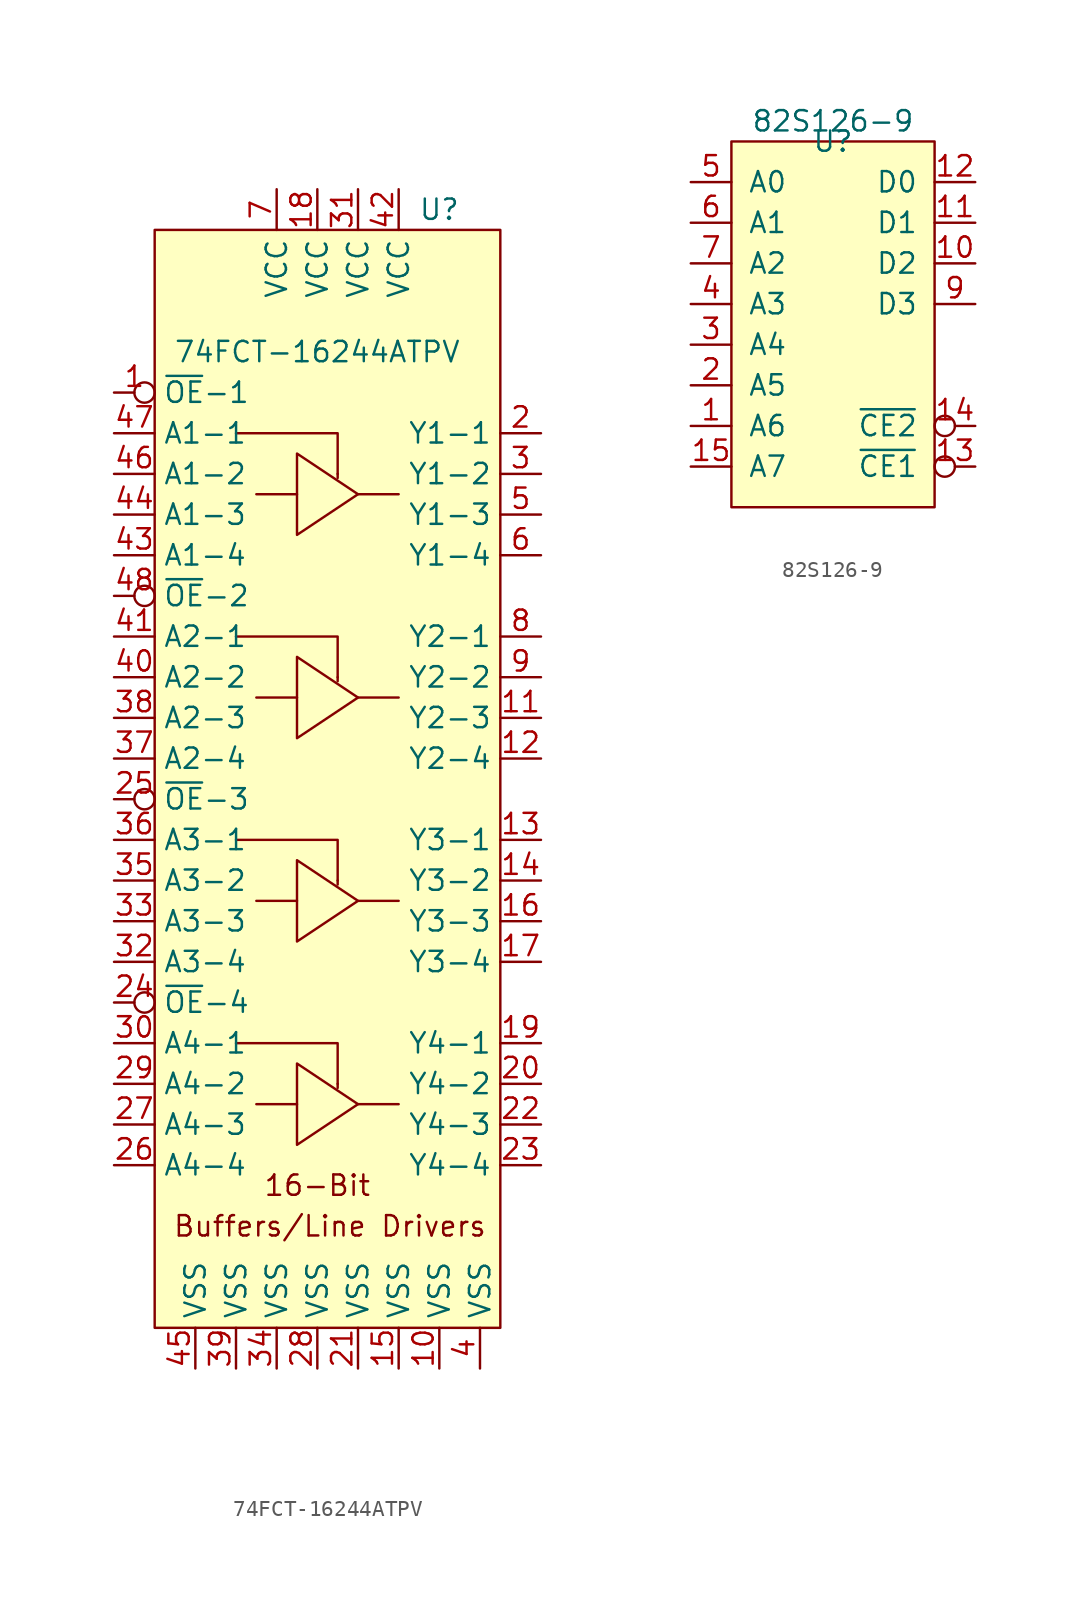
<source format=kicad_sym>
(kicad_symbol_lib
  (version 20231120)
  (generator "kicad_symbol_editor")
  (generator_version "8.0")
  (symbol "74FCT-16244ATPV"
    (property "Reference" "U"
      (at 6.35 35.56 0)
      (effects (font (size 1.27 1.27))))
    (property "Value" "74FCT-16244ATPV"
      (at -1.27 26.67 0)
      (effects (font (size 1.27 1.27))))
    (symbol "74FCT-16244ATPV_0_0"
      (rectangle (start -11.43 34.29) (end 10.16 -34.29) (stroke (width 0.152) (type default)) (fill (type background)))
      (text "Buffers/Line Drivers " (at 0 -27.94 0) (effects (font (size 1.27 1.27)))))
    (symbol "74FCT-16244ATPV_0_1"
      (polyline (pts (xy -2.54 -20.32) (xy -5.08 -20.32)) (stroke (width 0.152) (type default)) (fill (type none)))
      (polyline (pts (xy -2.54 -7.62) (xy -5.08 -7.62)) (stroke (width 0.152) (type default)) (fill (type none)))
      (polyline (pts (xy -2.54 5.08) (xy -5.08 5.08)) (stroke (width 0.152) (type default)) (fill (type none)))
      (polyline (pts (xy -2.54 17.78) (xy -5.08 17.78)) (stroke (width 0.152) (type default)) (fill (type none)))
      (polyline (pts (xy 0 -19.05) (xy 0 -19.304)) (stroke (width 0.152) (type default)) (fill (type none)))
      (polyline (pts (xy 0 -6.35) (xy 0 -6.604)) (stroke (width 0.152) (type default)) (fill (type none)))
      (polyline (pts (xy 0 6.35) (xy 0 6.096)) (stroke (width 0.152) (type default)) (fill (type none)))
      (polyline (pts (xy 0 19.05) (xy 0 18.796)) (stroke (width 0.152) (type default)) (fill (type none)))
      (polyline (pts (xy 1.27 -20.32) (xy 3.81 -20.32)) (stroke (width 0.152) (type default)) (fill (type none)))
      (polyline (pts (xy 1.27 -7.62) (xy 3.81 -7.62)) (stroke (width 0.152) (type default)) (fill (type none)))
      (polyline (pts (xy 1.27 5.08) (xy 3.81 5.08)) (stroke (width 0.152) (type default)) (fill (type none)))
      (polyline (pts (xy 1.27 17.78) (xy 3.81 17.78)) (stroke (width 0.152) (type default)) (fill (type none)))
      (polyline (pts (xy -6.35 -16.51) (xy 0 -16.51) (xy 0 -19.05)) (stroke (width 0.152) (type default)) (fill (type none)))
      (polyline (pts (xy -6.35 -3.81) (xy 0 -3.81) (xy 0 -6.35)) (stroke (width 0.152) (type default)) (fill (type none)))
      (polyline (pts (xy -6.35 8.89) (xy 0 8.89) (xy 0 6.35)) (stroke (width 0.152) (type default)) (fill (type none)))
      (polyline (pts (xy -6.35 21.59) (xy 0 21.59) (xy 0 19.05)) (stroke (width 0.152) (type default)) (fill (type none)))
      (polyline (pts (xy -2.54 -17.78) (xy -2.54 -22.86) (xy 1.27 -20.32) (xy -2.54 -17.78)) (stroke (width 0) (type default)) (fill (type none)))
      (polyline (pts (xy -2.54 -5.08) (xy -2.54 -10.16) (xy 1.27 -7.62) (xy -2.54 -5.08)) (stroke (width 0) (type default)) (fill (type none)))
      (polyline (pts (xy -2.54 7.62) (xy -2.54 2.54) (xy 1.27 5.08) (xy -2.54 7.62)) (stroke (width 0) (type default)) (fill (type none)))
      (polyline (pts (xy -2.54 20.32) (xy -2.54 15.24) (xy 1.27 17.78) (xy -2.54 20.32)) (stroke (width 0) (type default)) (fill (type none)))
      (text "16-Bit" (at -1.27 -25.4 0) (effects (font (size 1.27 1.27)))))
    (symbol "74FCT-16244ATPV_1_1"
      (pin input inverted (at -13.97 24.13 0) (length 2.54) (name "~{OE}-1" (effects (font (size 1.27 1.27)))) (number "1" (effects (font (size 1.27 1.27)))))
      (pin power_in line (at 6.35 -36.83 90) (length 2.54) (name "VSS" (effects (font (size 1.27 1.27)))) (number "10" (effects (font (size 1.27 1.27)))))
      (pin output line (at 12.7 3.81 180) (length 2.54) (name "Y2-3" (effects (font (size 1.27 1.27)))) (number "11" (effects (font (size 1.27 1.27)))))
      (pin output line (at 12.7 1.27 180) (length 2.54) (name "Y2-4" (effects (font (size 1.27 1.27)))) (number "12" (effects (font (size 1.27 1.27)))))
      (pin output line (at 12.7 -3.81 180) (length 2.54) (name "Y3-1" (effects (font (size 1.27 1.27)))) (number "13" (effects (font (size 1.27 1.27)))))
      (pin output line (at 12.7 -6.35 180) (length 2.54) (name "Y3-2" (effects (font (size 1.27 1.27)))) (number "14" (effects (font (size 1.27 1.27)))))
      (pin power_in line (at 3.81 -36.83 90) (length 2.54) (name "VSS" (effects (font (size 1.27 1.27)))) (number "15" (effects (font (size 1.27 1.27)))))
      (pin output line (at 12.7 -8.89 180) (length 2.54) (name "Y3-3" (effects (font (size 1.27 1.27)))) (number "16" (effects (font (size 1.27 1.27)))))
      (pin output line (at 12.7 -11.43 180) (length 2.54) (name "Y3-4" (effects (font (size 1.27 1.27)))) (number "17" (effects (font (size 1.27 1.27)))))
      (pin power_in line (at -1.27 36.83 270) (length 2.54) (name "VCC" (effects (font (size 1.27 1.27)))) (number "18" (effects (font (size 1.27 1.27)))))
      (pin output line (at 12.7 -16.51 180) (length 2.54) (name "Y4-1" (effects (font (size 1.27 1.27)))) (number "19" (effects (font (size 1.27 1.27)))))
      (pin output line (at 12.7 21.59 180) (length 2.54) (name "Y1-1" (effects (font (size 1.27 1.27)))) (number "2" (effects (font (size 1.27 1.27)))))
      (pin output line (at 12.7 -19.05 180) (length 2.54) (name "Y4-2" (effects (font (size 1.27 1.27)))) (number "20" (effects (font (size 1.27 1.27)))))
      (pin power_in line (at 1.27 -36.83 90) (length 2.54) (name "VSS" (effects (font (size 1.27 1.27)))) (number "21" (effects (font (size 1.27 1.27)))))
      (pin output line (at 12.7 -21.59 180) (length 2.54) (name "Y4-3" (effects (font (size 1.27 1.27)))) (number "22" (effects (font (size 1.27 1.27)))))
      (pin output line (at 12.7 -24.13 180) (length 2.54) (name "Y4-4" (effects (font (size 1.27 1.27)))) (number "23" (effects (font (size 1.27 1.27)))))
      (pin input inverted (at -13.97 -13.97 0) (length 2.54) (name "~{OE}-4" (effects (font (size 1.27 1.27)))) (number "24" (effects (font (size 1.27 1.27)))))
      (pin input inverted (at -13.97 -1.27 0) (length 2.54) (name "~{OE}-3" (effects (font (size 1.27 1.27)))) (number "25" (effects (font (size 1.27 1.27)))))
      (pin input line (at -13.97 -24.13 0) (length 2.54) (name "A4-4" (effects (font (size 1.27 1.27)))) (number "26" (effects (font (size 1.27 1.27)))))
      (pin input line (at -13.97 -21.59 0) (length 2.54) (name "A4-3" (effects (font (size 1.27 1.27)))) (number "27" (effects (font (size 1.27 1.27)))))
      (pin power_in line (at -1.27 -36.83 90) (length 2.54) (name "VSS" (effects (font (size 1.27 1.27)))) (number "28" (effects (font (size 1.27 1.27)))))
      (pin input line (at -13.97 -19.05 0) (length 2.54) (name "A4-2" (effects (font (size 1.27 1.27)))) (number "29" (effects (font (size 1.27 1.27)))))
      (pin output line (at 12.7 19.05 180) (length 2.54) (name "Y1-2" (effects (font (size 1.27 1.27)))) (number "3" (effects (font (size 1.27 1.27)))))
      (pin input line (at -13.97 -16.51 0) (length 2.54) (name "A4-1" (effects (font (size 1.27 1.27)))) (number "30" (effects (font (size 1.27 1.27)))))
      (pin power_in line (at 1.27 36.83 270) (length 2.54) (name "VCC" (effects (font (size 1.27 1.27)))) (number "31" (effects (font (size 1.27 1.27)))))
      (pin input line (at -13.97 -11.43 0) (length 2.54) (name "A3-4" (effects (font (size 1.27 1.27)))) (number "32" (effects (font (size 1.27 1.27)))))
      (pin input line (at -13.97 -8.89 0) (length 2.54) (name "A3-3" (effects (font (size 1.27 1.27)))) (number "33" (effects (font (size 1.27 1.27)))))
      (pin power_in line (at -3.81 -36.83 90) (length 2.54) (name "VSS" (effects (font (size 1.27 1.27)))) (number "34" (effects (font (size 1.27 1.27)))))
      (pin input line (at -13.97 -6.35 0) (length 2.54) (name "A3-2" (effects (font (size 1.27 1.27)))) (number "35" (effects (font (size 1.27 1.27)))))
      (pin input line (at -13.97 -3.81 0) (length 2.54) (name "A3-1" (effects (font (size 1.27 1.27)))) (number "36" (effects (font (size 1.27 1.27)))))
      (pin input line (at -13.97 1.27 0) (length 2.54) (name "A2-4" (effects (font (size 1.27 1.27)))) (number "37" (effects (font (size 1.27 1.27)))))
      (pin input line (at -13.97 3.81 0) (length 2.54) (name "A2-3" (effects (font (size 1.27 1.27)))) (number "38" (effects (font (size 1.27 1.27)))))
      (pin power_in line (at -6.35 -36.83 90) (length 2.54) (name "VSS" (effects (font (size 1.27 1.27)))) (number "39" (effects (font (size 1.27 1.27)))))
      (pin power_in line (at 8.89 -36.83 90) (length 2.54) (name "VSS" (effects (font (size 1.27 1.27)))) (number "4" (effects (font (size 1.27 1.27)))))
      (pin input line (at -13.97 6.35 0) (length 2.54) (name "A2-2" (effects (font (size 1.27 1.27)))) (number "40" (effects (font (size 1.27 1.27)))))
      (pin input line (at -13.97 8.89 0) (length 2.54) (name "A2-1" (effects (font (size 1.27 1.27)))) (number "41" (effects (font (size 1.27 1.27)))))
      (pin power_in line (at 3.81 36.83 270) (length 2.54) (name "VCC" (effects (font (size 1.27 1.27)))) (number "42" (effects (font (size 1.27 1.27)))))
      (pin input line (at -13.97 13.97 0) (length 2.54) (name "A1-4" (effects (font (size 1.27 1.27)))) (number "43" (effects (font (size 1.27 1.27)))))
      (pin input line (at -13.97 16.51 0) (length 2.54) (name "A1-3" (effects (font (size 1.27 1.27)))) (number "44" (effects (font (size 1.27 1.27)))))
      (pin power_in line (at -8.89 -36.83 90) (length 2.54) (name "VSS" (effects (font (size 1.27 1.27)))) (number "45" (effects (font (size 1.27 1.27)))))
      (pin input line (at -13.97 19.05 0) (length 2.54) (name "A1-2" (effects (font (size 1.27 1.27)))) (number "46" (effects (font (size 1.27 1.27)))))
      (pin input line (at -13.97 21.59 0) (length 2.54) (name "A1-1" (effects (font (size 1.27 1.27)))) (number "47" (effects (font (size 1.27 1.27)))))
      (pin input inverted (at -13.97 11.43 0) (length 2.54) (name "~{OE}-2" (effects (font (size 1.27 1.27)))) (number "48" (effects (font (size 1.27 1.27)))))
      (pin output line (at 12.7 16.51 180) (length 2.54) (name "Y1-3" (effects (font (size 1.27 1.27)))) (number "5" (effects (font (size 1.27 1.27)))))
      (pin output line (at 12.7 13.97 180) (length 2.54) (name "Y1-4" (effects (font (size 1.27 1.27)))) (number "6" (effects (font (size 1.27 1.27)))))
      (pin power_in line (at -3.81 36.83 270) (length 2.54) (name "VCC" (effects (font (size 1.27 1.27)))) (number "7" (effects (font (size 1.27 1.27)))))
      (pin output line (at 12.7 8.89 180) (length 2.54) (name "Y2-1" (effects (font (size 1.27 1.27)))) (number "8" (effects (font (size 1.27 1.27)))))
      (pin output line (at 12.7 6.35 180) (length 2.54) (name "Y2-2" (effects (font (size 1.27 1.27)))) (number "9" (effects (font (size 1.27 1.27)))))))
  (symbol "82S126-9"
    (pin_names
      (offset 1.016))
    (property "Reference" "U"
      (at 1.27 11.43 0)
      (effects (font (size 1.27 1.27))))
    (property "Value" "82S126-9"
      (at 1.27 12.7 0)
      (effects (font (size 1.27 1.27))))
    (symbol "82S126-9_0_1"
      (rectangle (start -5.08 11.43) (end 7.62 -11.43) (stroke (width 0) (type default)) (fill (type background))))
    (symbol "82S126-9_1_1"
      (pin input line (at -7.62 -6.35 0) (length 2.54) (name "A6" (effects (font (size 1.27 1.27)))) (number "1" (effects (font (size 1.27 1.27)))))
      (pin output line (at 10.16 3.81 180) (length 2.54) (name "D2" (effects (font (size 1.27 1.27)))) (number "10" (effects (font (size 1.27 1.27)))))
      (pin output line (at 10.16 6.35 180) (length 2.54) (name "D1" (effects (font (size 1.27 1.27)))) (number "11" (effects (font (size 1.27 1.27)))))
      (pin output line (at 10.16 8.89 180) (length 2.54) (name "D0" (effects (font (size 1.27 1.27)))) (number "12" (effects (font (size 1.27 1.27)))))
      (pin input inverted (at 10.16 -8.89 180) (length 2.54) (name "~{CE1}" (effects (font (size 1.27 1.27)))) (number "13" (effects (font (size 1.27 1.27)))))
      (pin input inverted (at 10.16 -6.35 180) (length 2.54) (name "~{CE2}" (effects (font (size 1.27 1.27)))) (number "14" (effects (font (size 1.27 1.27)))))
      (pin input line (at -7.62 -8.89 0) (length 2.54) (name "A7" (effects (font (size 1.27 1.27)))) (number "15" (effects (font (size 1.27 1.27)))))
      (pin power_in line (at 1.27 11.43 270) (length 2.54) hide (name "VCC" (effects (font (size 1.27 1.27)))) (number "16" (effects (font (size 1.27 1.27)))))
      (pin input line (at -7.62 -3.81 0) (length 2.54) (name "A5" (effects (font (size 1.27 1.27)))) (number "2" (effects (font (size 1.27 1.27)))))
      (pin input line (at -7.62 -1.27 0) (length 2.54) (name "A4" (effects (font (size 1.27 1.27)))) (number "3" (effects (font (size 1.27 1.27)))))
      (pin input line (at -7.62 1.27 0) (length 2.54) (name "A3" (effects (font (size 1.27 1.27)))) (number "4" (effects (font (size 1.27 1.27)))))
      (pin input line (at -7.62 8.89 0) (length 2.54) (name "A0" (effects (font (size 1.27 1.27)))) (number "5" (effects (font (size 1.27 1.27)))))
      (pin input line (at -7.62 6.35 0) (length 2.54) (name "A1" (effects (font (size 1.27 1.27)))) (number "6" (effects (font (size 1.27 1.27)))))
      (pin input line (at -7.62 3.81 0) (length 2.54) (name "A2" (effects (font (size 1.27 1.27)))) (number "7" (effects (font (size 1.27 1.27)))))
      (pin power_in line (at 1.27 -11.43 90) (length 2.54) hide (name "VSS" (effects (font (size 1.27 1.27)))) (number "8" (effects (font (size 1.27 1.27)))))
      (pin output line (at 10.16 1.27 180) (length 2.54) (name "D3" (effects (font (size 1.27 1.27)))) (number "9" (effects (font (size 1.27 1.27))))))))
</source>
